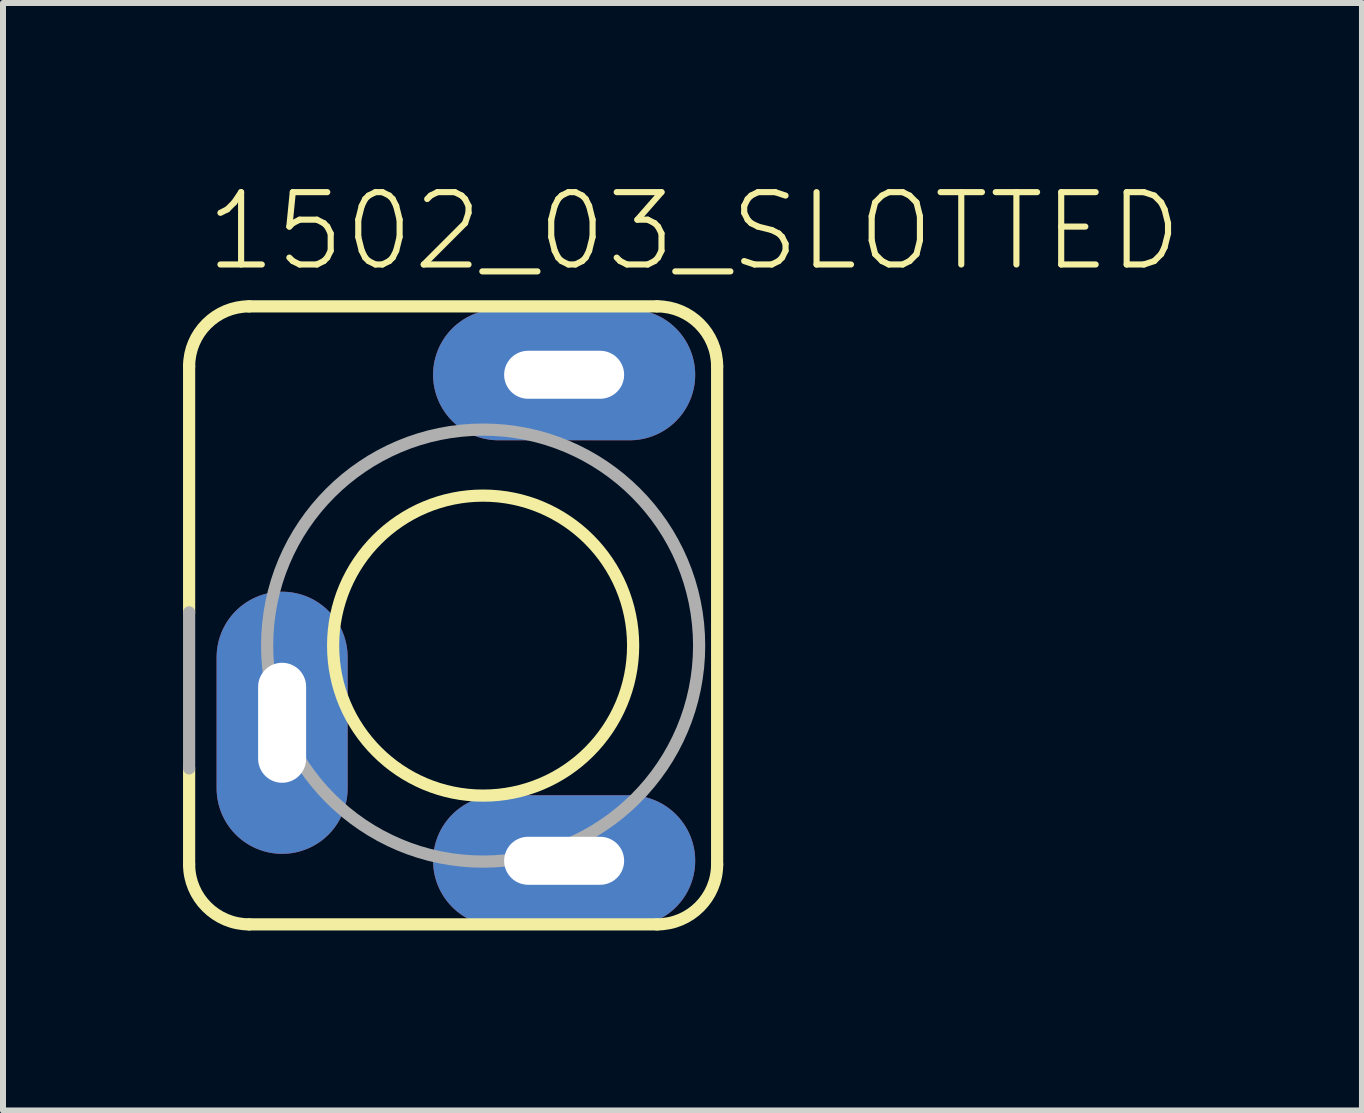
<source format=kicad_pcb>
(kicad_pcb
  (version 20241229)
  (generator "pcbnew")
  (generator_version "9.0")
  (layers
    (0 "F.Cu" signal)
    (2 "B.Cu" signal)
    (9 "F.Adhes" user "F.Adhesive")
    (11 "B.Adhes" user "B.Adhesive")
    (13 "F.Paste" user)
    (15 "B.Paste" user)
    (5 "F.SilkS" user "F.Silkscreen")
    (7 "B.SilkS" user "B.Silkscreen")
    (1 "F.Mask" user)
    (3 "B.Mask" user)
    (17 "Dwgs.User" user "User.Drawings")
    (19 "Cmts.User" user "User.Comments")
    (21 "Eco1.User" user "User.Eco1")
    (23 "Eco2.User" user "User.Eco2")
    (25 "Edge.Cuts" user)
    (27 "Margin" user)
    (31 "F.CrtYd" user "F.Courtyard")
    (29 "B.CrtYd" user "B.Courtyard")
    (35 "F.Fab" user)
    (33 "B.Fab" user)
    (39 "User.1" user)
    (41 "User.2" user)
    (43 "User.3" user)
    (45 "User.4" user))
  (footprint "1502_03_SLOTTED"
    (layer "F.Cu")
    (at 5.002 7.956)
    (property "Reference" "1502_03_SLOTTED" (at -4.675 -6.445 0) (layer "F.SilkS") (effects (font (size 1.206 1.206) (thickness 0.102)) (justify left bottom)))
    (attr through_hole)
    (fp_line (start -4.9 -0.8) (end -4.9 -4.9) (stroke (width 0.203) (type solid)) (layer "F.SilkS"))
    (fp_line (start -4.9 3.4) (end -4.9 1.8) (stroke (width 0.203) (type solid)) (layer "F.SilkS"))
    (fp_line (start -3.9 -5.9) (end 2.9 -5.9) (stroke (width 0.203) (type solid)) (layer "F.SilkS"))
    (fp_line (start 2.9 4.4) (end -3.9 4.4) (stroke (width 0.203) (type solid)) (layer "F.SilkS"))
    (fp_line (start 3.9 -4.9) (end 3.9 3.4) (stroke (width 0.203) (type solid)) (layer "F.SilkS"))
    (fp_arc (start -4.9 -4.9) (mid -4.607107 -5.607107) (end -3.9 -5.9) (stroke (width 0.2032) (type solid)) (layer "F.SilkS"))
    (fp_arc (start -3.9 4.4) (mid -4.607107 4.107107) (end -4.9 3.4) (stroke (width 0.2032) (type solid)) (layer "F.SilkS"))
    (fp_arc (start 2.9 -5.9) (mid 3.607107 -5.607107) (end 3.9 -4.9) (stroke (width 0.2032) (type solid)) (layer "F.SilkS"))
    (fp_arc (start 3.9 3.4) (mid 3.607107 4.107107) (end 2.9 4.4) (stroke (width 0.2032) (type solid)) (layer "F.SilkS"))
    (fp_circle (center 0 -0.246) (end 2.5 -0.246) (stroke (width 0.203) (type solid)) (fill no) (layer "F.SilkS"))
    (fp_line (start -4.9 1.8) (end -4.9 -0.8) (stroke (width 0.203) (type solid)) (layer "F.Fab"))
    (fp_circle (center 0 -0.246) (end 3.6 -0.246) (stroke (width 0.203) (type solid)) (fill no) (layer "F.Fab"))
    (pad "1" thru_hole oval (at 1.35 3.34 180) (size 4.369 2.184) (drill oval 2 0.8) (layers "*.Cu" "*.Mask"))
    (pad "2" thru_hole oval (at 1.35 -4.76 180) (size 4.369 2.184) (drill oval 2 0.8) (layers "*.Cu" "*.Mask"))
    (pad "3" thru_hole oval (at -3.35 1.04 90) (size 4.369 2.184) (drill oval 2 0.8) (layers "*.Cu" "*.Mask")))
  (gr_rect
    (start -3 -3)
    (end 19.649 15.458)
    (stroke (width 0.1) (type default))
    (fill no)
    (layer "Edge.Cuts")))
</source>
